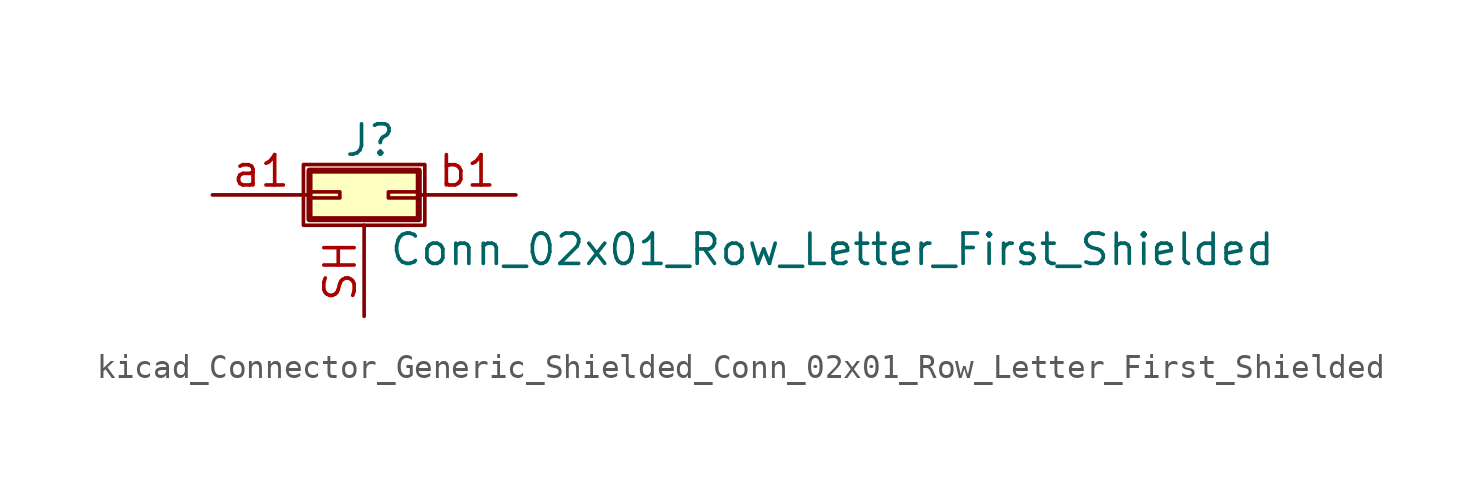
<source format=kicad_sym>
(kicad_symbol_lib
  (version 20220914)
  (generator kicad_symbol_editor)
  (symbol "kicad_Connector_Generic_Shielded_Conn_02x01_Row_Letter_First_Shielded"
    (pin_names
      (offset 1.016) hide)
    (property "Reference" "J"
      (at 1.524 2.286 0)
      (effects (font (size 1.27 1.27))))
    (property "Value" "Conn_02x01_Row_Letter_First_Shielded"
      (at 2.286 -2.286 0)
      (effects (font (size 1.27 1.27)) (justify left)))
    (symbol "kicad_Connector_Generic_Shielded_Conn_02x01_Row_Letter_First_Shielded_1_1"
      (rectangle (start -1.27 1.27) (end 3.81 -1.27) (stroke (width 0.152) (type default)) (fill (type none)))
      (rectangle (start -1.016 0.127) (end 0.254 -0.127) (stroke (width 0.152) (type default)) (fill (type none)))
      (rectangle (start -1.016 1.016) (end 3.556 -1.016) (stroke (width 0.254) (type default)) (fill (type background)))
      (rectangle (start 3.556 0.127) (end 2.286 -0.127) (stroke (width 0.152) (type default)) (fill (type none)))
      (pin passive line (at 1.27 -5.08 90) (length 3.81) (name "Shield" (effects (font (size 1.27 1.27)))) (number "SH" (effects (font (size 1.27 1.27)))))
      (pin passive line (at -5.08 0 0) (length 4.064) (name "Pin_a1" (effects (font (size 1.27 1.27)))) (number "a1" (effects (font (size 1.27 1.27)))))
      (pin passive line (at 7.62 0 180) (length 4.064) (name "Pin_b1" (effects (font (size 1.27 1.27)))) (number "b1" (effects (font (size 1.27 1.27))))))))
</source>
